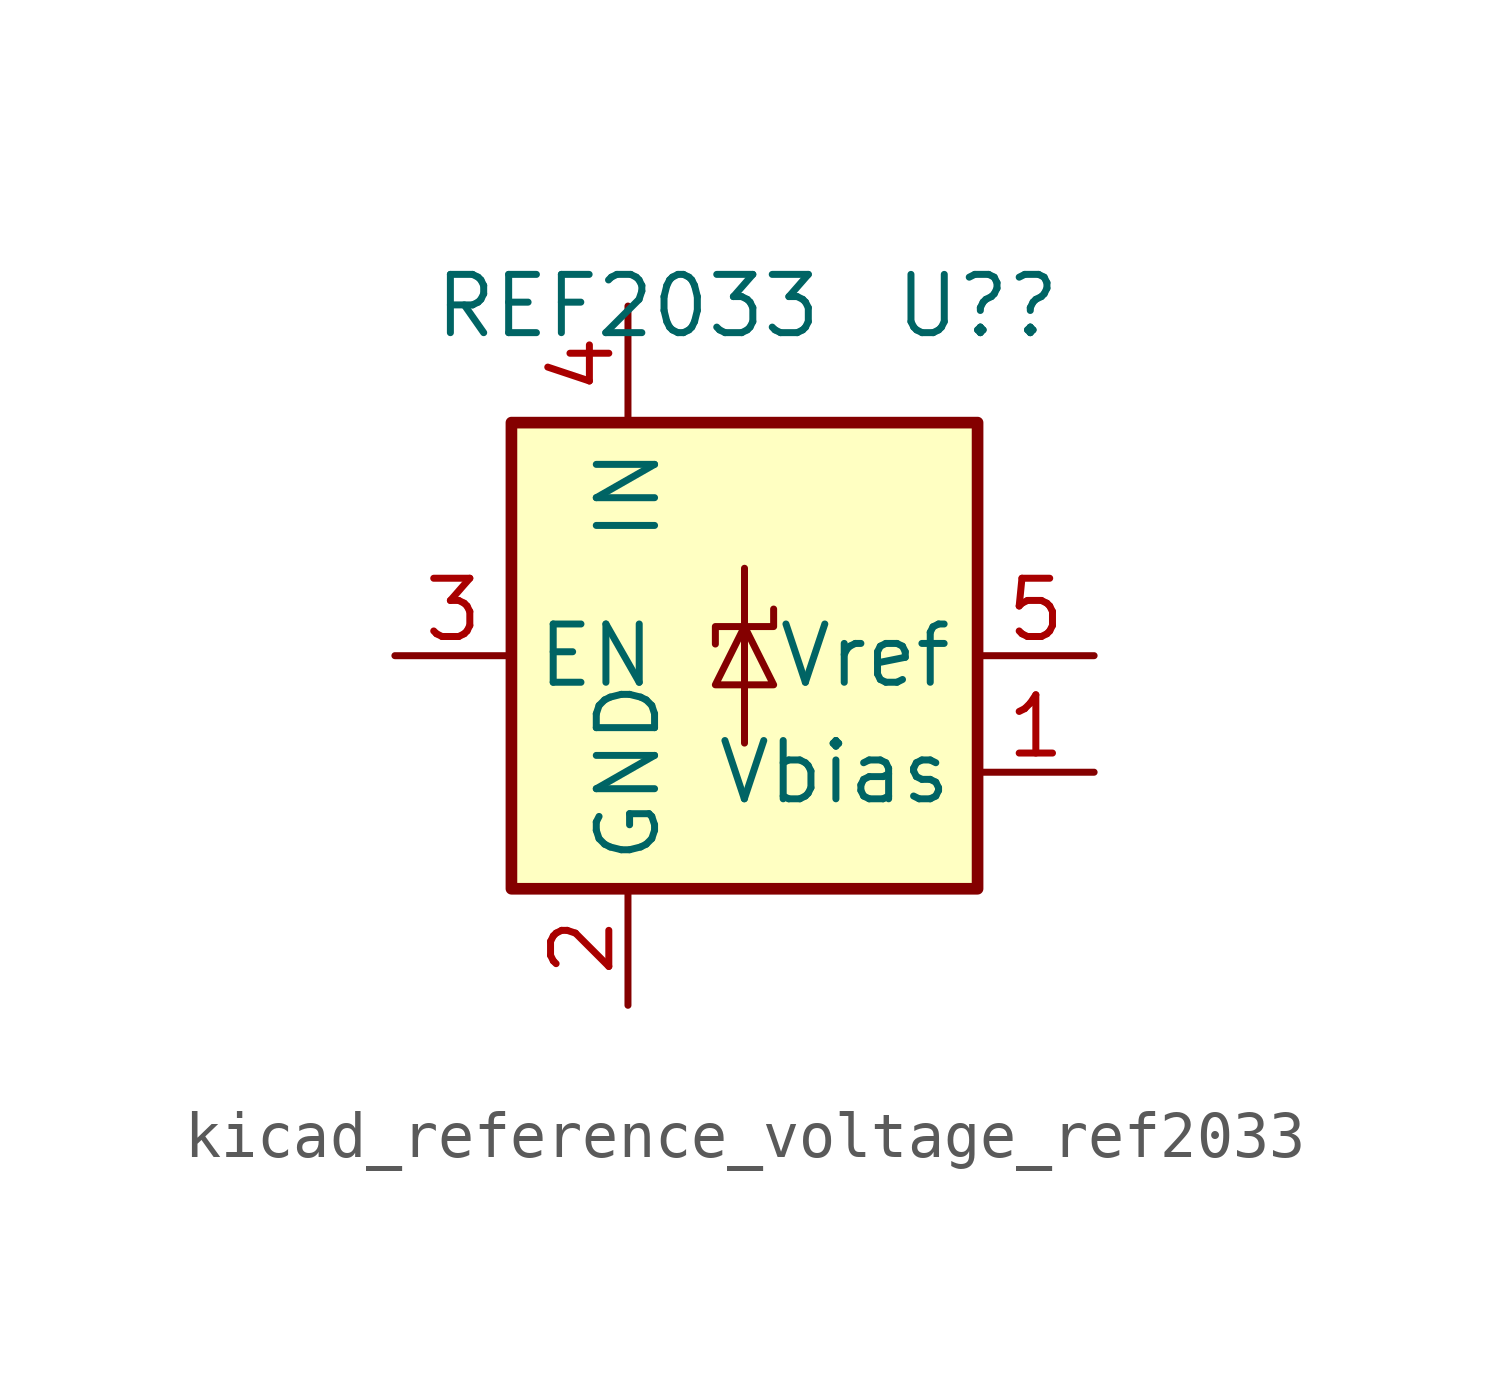
<source format=kicad_sym>
(kicad_symbol_lib
  (version 20220914)
  (generator kicad_symbol_editor)
  (symbol "kicad_reference_voltage_ref2033"
    (property "Reference" "U?"
      (at 5.08 7.62 0)
      (effects (font (size 1.27 1.27))))
    (property "Value" "REF2033"
      (at -2.54 7.62 0)
      (effects (font (size 1.27 1.27))))
    (symbol "kicad_reference_voltage_ref2033_0_1"
      (rectangle (start -5.08 5.08) (end 5.08 -5.08) (stroke (width 0.254) (type default)) (fill (type background)))
      (polyline (pts (xy 0 1.905) (xy 0 -1.905)) (stroke (width 0) (type default)) (fill (type none)))
      (polyline (pts (xy -0.635 -0.635) (xy 0.635 -0.635) (xy 0 0.635) (xy -0.635 -0.635)) (stroke (width 0) (type default)) (fill (type none)))
      (polyline (pts (xy 0.635 1.016) (xy 0.635 0.635) (xy -0.635 0.635) (xy -0.635 0.254)) (stroke (width 0) (type default)) (fill (type none))))
    (symbol "kicad_reference_voltage_ref2033_1_1"
      (pin output line (at 7.62 -2.54 180) (length 2.54) (name "Vbias" (effects (font (size 1.27 1.27)))) (number "1" (effects (font (size 1.27 1.27)))))
      (pin power_in line (at -2.54 -7.62 90) (length 2.54) (name "GND" (effects (font (size 1.27 1.27)))) (number "2" (effects (font (size 1.27 1.27)))))
      (pin input line (at -7.62 0 0) (length 2.54) (name "EN" (effects (font (size 1.27 1.27)))) (number "3" (effects (font (size 1.27 1.27)))))
      (pin power_in line (at -2.54 7.62 270) (length 2.54) (name "IN" (effects (font (size 1.27 1.27)))) (number "4" (effects (font (size 1.27 1.27)))))
      (pin output line (at 7.62 0 180) (length 2.54) (name "Vref" (effects (font (size 1.27 1.27)))) (number "5" (effects (font (size 1.27 1.27))))))))
</source>
